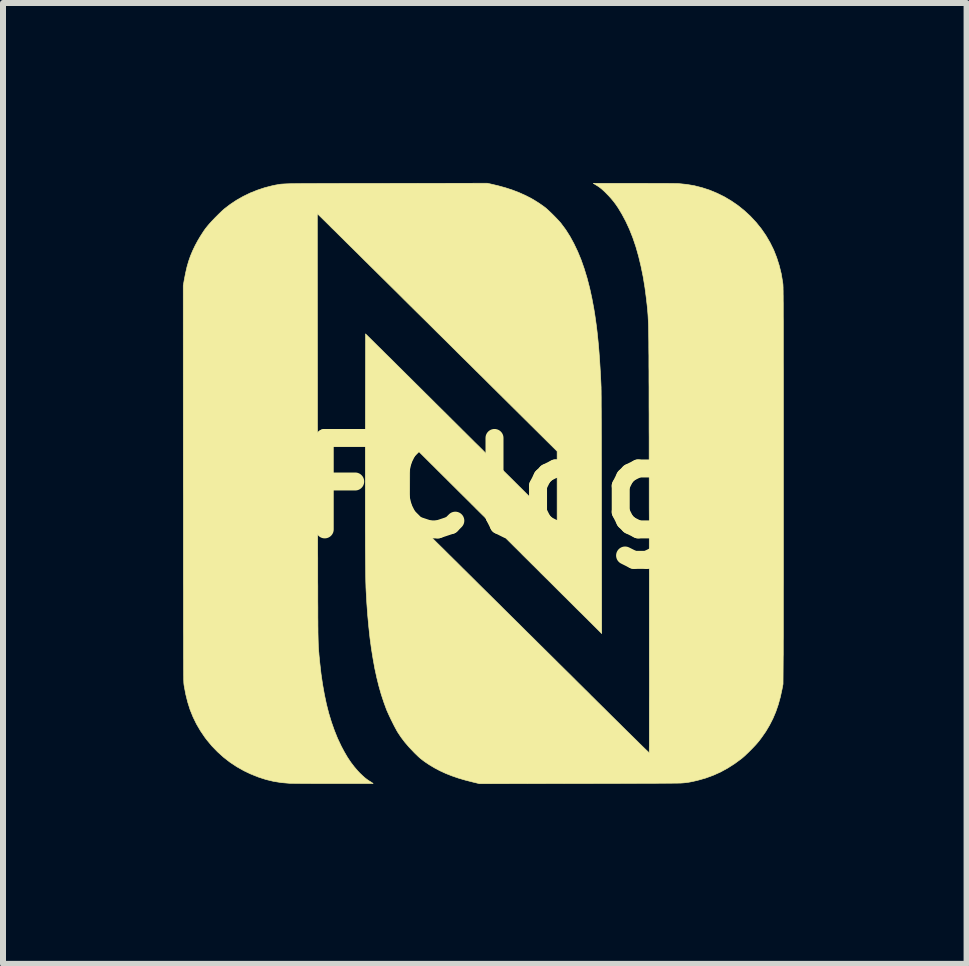
<source format=kicad_pcb>
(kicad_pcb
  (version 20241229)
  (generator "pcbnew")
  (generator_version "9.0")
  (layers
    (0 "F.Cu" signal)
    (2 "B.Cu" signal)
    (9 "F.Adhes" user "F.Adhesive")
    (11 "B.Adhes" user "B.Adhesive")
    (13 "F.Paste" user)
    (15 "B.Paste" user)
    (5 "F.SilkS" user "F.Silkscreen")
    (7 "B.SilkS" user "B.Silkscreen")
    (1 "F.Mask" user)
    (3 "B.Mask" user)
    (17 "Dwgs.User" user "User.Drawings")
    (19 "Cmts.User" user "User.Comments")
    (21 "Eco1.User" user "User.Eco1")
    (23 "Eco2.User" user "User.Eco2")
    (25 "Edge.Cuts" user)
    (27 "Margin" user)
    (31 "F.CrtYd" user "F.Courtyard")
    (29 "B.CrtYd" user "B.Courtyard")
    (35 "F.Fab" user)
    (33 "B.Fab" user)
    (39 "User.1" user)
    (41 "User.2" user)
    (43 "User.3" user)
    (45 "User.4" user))
  (footprint "NFClogo"
    (layer "F.Cu")
    (at 5.085 5.086)
    (property "Reference" "NFClogo" (at 0 0 0) (layer "F.SilkS") (effects (font (size 1.524 1.524) (thickness 0.3))))
    (attr through_hole)
    (fp_poly (pts (xy 0.039 -5.07) (xy 0.171 -5.039) (xy 0.294 -5.005) (xy 0.41 -4.967) (xy 0.519 -4.925) (xy 0.624 -4.878) (xy 0.714 -4.832) (xy 0.753 -4.81) (xy 0.797 -4.783) (xy 0.843 -4.754) (xy 0.887 -4.724) (xy 0.928 -4.695) (xy 0.96 -4.671) (xy 0.982 -4.652) (xy 1.009 -4.627) (xy 1.04 -4.598) (xy 1.073 -4.566) (xy 1.106 -4.533) (xy 1.139 -4.499) (xy 1.169 -4.467) (xy 1.195 -4.439) (xy 1.216 -4.415) (xy 1.22 -4.409) (xy 1.296 -4.307) (xy 1.367 -4.195) (xy 1.433 -4.074) (xy 1.495 -3.944) (xy 1.552 -3.806) (xy 1.604 -3.658) (xy 1.652 -3.501) (xy 1.695 -3.335) (xy 1.733 -3.161) (xy 1.765 -2.99) (xy 1.781 -2.891) (xy 1.795 -2.793) (xy 1.809 -2.693) (xy 1.821 -2.59) (xy 1.832 -2.484) (xy 1.843 -2.374) (xy 1.852 -2.259) (xy 1.861 -2.137) (xy 1.869 -2.008) (xy 1.877 -1.872) (xy 1.884 -1.726) (xy 1.885 -1.699) (xy 1.886 -1.682) (xy 1.886 -1.655) (xy 1.887 -1.618) (xy 1.887 -1.571) (xy 1.888 -1.514) (xy 1.888 -1.447) (xy 1.888 -1.37) (xy 1.889 -1.284) (xy 1.889 -1.188) (xy 1.89 -1.083) (xy 1.89 -0.969) (xy 1.891 -0.845) (xy 1.891 -0.711) (xy 1.891 -0.569) (xy 1.892 -0.418) (xy 1.892 -0.257) (xy 1.892 -0.088) (xy 1.893 0.091) (xy 1.893 0.278) (xy 1.893 0.424) (xy 1.896 2.426) (xy 1.615 2.146) (xy 1.575 2.106) (xy 1.528 2.06) (xy 1.476 2.009) (xy 1.419 1.952) (xy 1.359 1.892) (xy 1.295 1.828) (xy 1.228 1.762) (xy 1.16 1.694) (xy 1.091 1.625) (xy 1.022 1.556) (xy 0.953 1.488) (xy 0.886 1.422) (xy 0.841 1.376) (xy 0.788 1.323) (xy 0.728 1.264) (xy 0.662 1.198) (xy 0.591 1.128) (xy 0.516 1.052) (xy 0.436 0.973) (xy 0.353 0.89) (xy 0.267 0.805) (xy 0.179 0.717) (xy 0.089 0.628) (xy -0.001 0.538) (xy -0.092 0.448) (xy -0.183 0.358) (xy -0.272 0.269) (xy -0.36 0.181) (xy -0.446 0.096) (xy -0.478 0.064) (xy -1.303 -0.757) (xy -1.306 0.46) (xy -1.111 0.653) (xy -1.092 0.672) (xy -1.066 0.698) (xy -1.034 0.73) (xy -0.995 0.769) (xy -0.951 0.813) (xy -0.9 0.863) (xy -0.845 0.918) (xy -0.784 0.978) (xy -0.719 1.042) (xy -0.65 1.111) (xy -0.577 1.183) (xy -0.5 1.259) (xy -0.42 1.339) (xy -0.337 1.421) (xy -0.251 1.506) (xy -0.163 1.594) (xy -0.073 1.683) (xy 0.019 1.774) (xy 0.112 1.866) (xy 0.206 1.959) (xy 0.274 2.027) (xy 0.37 2.122) (xy 0.465 2.216) (xy 0.56 2.31) (xy 0.653 2.403) (xy 0.746 2.494) (xy 0.836 2.584) (xy 0.925 2.672) (xy 1.011 2.757) (xy 1.094 2.839) (xy 1.174 2.919) (xy 1.251 2.995) (xy 1.324 3.067) (xy 1.393 3.135) (xy 1.457 3.199) (xy 1.516 3.258) (xy 1.57 3.311) (xy 1.618 3.359) (xy 1.661 3.401) (xy 1.697 3.437) (xy 1.726 3.467) (xy 1.74 3.48) (xy 1.821 3.561) (xy 1.901 3.64) (xy 1.978 3.716) (xy 2.053 3.791) (xy 2.126 3.863) (xy 2.195 3.931) (xy 2.261 3.997) (xy 2.324 4.059) (xy 2.383 4.117) (xy 2.437 4.17) (xy 2.487 4.219) (xy 2.532 4.264) (xy 2.572 4.303) (xy 2.607 4.337) (xy 2.636 4.365) (xy 2.659 4.387) (xy 2.676 4.403) (xy 2.685 4.412) (xy 2.688 4.415) (xy 2.689 4.409) (xy 2.689 4.395) (xy 2.689 4.37) (xy 2.689 4.337) (xy 2.69 4.294) (xy 2.69 4.243) (xy 2.69 4.184) (xy 2.69 4.117) (xy 2.69 4.042) (xy 2.69 3.96) (xy 2.69 3.871) (xy 2.69 3.776) (xy 2.69 3.674) (xy 2.69 3.566) (xy 2.691 3.453) (xy 2.691 3.334) (xy 2.691 3.21) (xy 2.691 3.082) (xy 2.69 2.949) (xy 2.69 2.812) (xy 2.69 2.671) (xy 2.69 2.527) (xy 2.69 2.38) (xy 2.69 2.23) (xy 2.69 2.078) (xy 2.69 1.923) (xy 2.69 1.767) (xy 2.69 1.61) (xy 2.69 1.451) (xy 2.689 1.291) (xy 2.689 1.131) (xy 2.689 0.971) (xy 2.689 0.811) (xy 2.689 0.651) (xy 2.689 0.492) (xy 2.688 0.334) (xy 2.688 0.178) (xy 2.688 0.023) (xy 2.688 -0.13) (xy 2.688 -0.28) (xy 2.687 -0.427) (xy 2.687 -0.572) (xy 2.687 -0.713) (xy 2.687 -0.85) (xy 2.686 -0.983) (xy 2.686 -1.112) (xy 2.686 -1.237) (xy 2.685 -1.356) (xy 2.685 -1.47) (xy 2.685 -1.579) (xy 2.685 -1.681) (xy 2.684 -1.778) (xy 2.684 -1.868) (xy 2.684 -1.95) (xy 2.683 -2.026) (xy 2.683 -2.094) (xy 2.683 -2.154) (xy 2.683 -2.206) (xy 2.682 -2.25) (xy 2.682 -2.258) (xy 2.681 -2.348) (xy 2.681 -2.429) (xy 2.68 -2.501) (xy 2.679 -2.566) (xy 2.678 -2.625) (xy 2.677 -2.677) (xy 2.676 -2.725) (xy 2.674 -2.769) (xy 2.672 -2.81) (xy 2.67 -2.848) (xy 2.668 -2.886) (xy 2.665 -2.923) (xy 2.662 -2.96) (xy 2.658 -2.999) (xy 2.654 -3.041) (xy 2.649 -3.085) (xy 2.643 -3.134) (xy 2.642 -3.148) (xy 2.617 -3.34) (xy 2.587 -3.523) (xy 2.551 -3.699) (xy 2.511 -3.865) (xy 2.466 -4.023) (xy 2.415 -4.173) (xy 2.359 -4.314) (xy 2.298 -4.446) (xy 2.232 -4.569) (xy 2.172 -4.669) (xy 2.133 -4.726) (xy 2.095 -4.777) (xy 2.055 -4.825) (xy 2.011 -4.874) (xy 1.989 -4.896) (xy 1.954 -4.932) (xy 1.923 -4.961) (xy 1.895 -4.986) (xy 1.868 -5.008) (xy 1.841 -5.027) (xy 1.811 -5.046) (xy 1.806 -5.049) (xy 1.756 -5.08) (xy 2.428 -5.08) (xy 2.512 -5.08) (xy 2.594 -5.08) (xy 2.673 -5.079) (xy 2.749 -5.079) (xy 2.821 -5.079) (xy 2.889 -5.079) (xy 2.951 -5.078) (xy 3.008 -5.078) (xy 3.058 -5.077) (xy 3.1 -5.077) (xy 3.135 -5.076) (xy 3.161 -5.076) (xy 3.178 -5.075) (xy 3.18 -5.075) (xy 3.311 -5.062) (xy 3.441 -5.04) (xy 3.57 -5.007) (xy 3.696 -4.966) (xy 3.819 -4.915) (xy 3.939 -4.856) (xy 4.054 -4.788) (xy 4.165 -4.712) (xy 4.27 -4.628) (xy 4.37 -4.536) (xy 4.377 -4.529) (xy 4.472 -4.427) (xy 4.558 -4.32) (xy 4.635 -4.208) (xy 4.703 -4.091) (xy 4.763 -3.97) (xy 4.813 -3.843) (xy 4.855 -3.711) (xy 4.889 -3.574) (xy 4.913 -3.431) (xy 4.916 -3.411) (xy 4.916 -3.406) (xy 4.917 -3.4) (xy 4.918 -3.393) (xy 4.918 -3.384) (xy 4.919 -3.374) (xy 4.919 -3.362) (xy 4.92 -3.347) (xy 4.92 -3.331) (xy 4.92 -3.311) (xy 4.921 -3.289) (xy 4.921 -3.264) (xy 4.921 -3.235) (xy 4.922 -3.202) (xy 4.922 -3.166) (xy 4.922 -3.126) (xy 4.923 -3.081) (xy 4.923 -3.031) (xy 4.923 -2.977) (xy 4.923 -2.917) (xy 4.923 -2.852) (xy 4.924 -2.781) (xy 4.924 -2.705) (xy 4.924 -2.622) (xy 4.924 -2.533) (xy 4.924 -2.437) (xy 4.924 -2.334) (xy 4.924 -2.224) (xy 4.924 -2.107) (xy 4.925 -1.982) (xy 4.925 -1.849) (xy 4.925 -1.707) (xy 4.925 -1.558) (xy 4.925 -1.399) (xy 4.925 -1.232) (xy 4.925 -1.056) (xy 4.925 -0.87) (xy 4.925 -0.675) (xy 4.925 -0.493) (xy 4.925 -0.319) (xy 4.925 -0.146) (xy 4.925 0.025) (xy 4.925 0.194) (xy 4.925 0.362) (xy 4.925 0.527) (xy 4.925 0.689) (xy 4.925 0.849) (xy 4.925 1.004) (xy 4.925 1.156) (xy 4.925 1.304) (xy 4.925 1.447) (xy 4.925 1.585) (xy 4.924 1.719) (xy 4.924 1.846) (xy 4.924 1.968) (xy 4.924 2.083) (xy 4.924 2.192) (xy 4.924 2.293) (xy 4.924 2.388) (xy 4.924 2.474) (xy 4.923 2.553) (xy 4.923 2.623) (xy 4.923 2.685) (xy 4.923 2.737) (xy 4.923 2.78) (xy 4.922 2.813) (xy 4.922 2.814) (xy 4.919 3.269) (xy 4.903 3.353) (xy 4.874 3.486) (xy 4.839 3.612) (xy 4.798 3.731) (xy 4.75 3.844) (xy 4.694 3.954) (xy 4.631 4.06) (xy 4.559 4.163) (xy 4.516 4.22) (xy 4.49 4.251) (xy 4.458 4.287) (xy 4.422 4.325) (xy 4.383 4.365) (xy 4.343 4.405) (xy 4.304 4.442) (xy 4.268 4.476) (xy 4.235 4.504) (xy 4.224 4.513) (xy 4.111 4.596) (xy 3.995 4.67) (xy 3.876 4.735) (xy 3.753 4.79) (xy 3.627 4.836) (xy 3.496 4.873) (xy 3.47 4.879) (xy 3.418 4.891) (xy 3.374 4.9) (xy 3.334 4.907) (xy 3.295 4.912) (xy 3.255 4.916) (xy 3.224 4.918) (xy 3.211 4.919) (xy 3.188 4.919) (xy 3.155 4.92) (xy 3.112 4.92) (xy 3.06 4.921) (xy 2.998 4.921) (xy 2.928 4.922) (xy 2.847 4.922) (xy 2.758 4.923) (xy 2.661 4.923) (xy 2.554 4.923) (xy 2.439 4.924) (xy 2.315 4.924) (xy 2.184 4.925) (xy 2.044 4.925) (xy 1.896 4.925) (xy 1.74 4.926) (xy 1.577 4.926) (xy 1.503 4.926) (xy -0.14 4.929) (xy -0.252 4.902) (xy -0.377 4.87) (xy -0.493 4.836) (xy -0.601 4.799) (xy -0.702 4.759) (xy -0.798 4.715) (xy -0.889 4.667) (xy -0.976 4.615) (xy -1.024 4.583) (xy -1.058 4.56) (xy -1.087 4.538) (xy -1.114 4.517) (xy -1.14 4.496) (xy -1.166 4.472) (xy -1.196 4.443) (xy -1.23 4.41) (xy -1.237 4.402) (xy -1.316 4.319) (xy -1.387 4.236) (xy -1.449 4.154) (xy -1.503 4.073) (xy -1.519 4.046) (xy -1.534 4.018) (xy -1.553 3.983) (xy -1.574 3.943) (xy -1.595 3.9) (xy -1.617 3.856) (xy -1.638 3.812) (xy -1.657 3.771) (xy -1.673 3.735) (xy -1.687 3.704) (xy -1.691 3.694) (xy -1.736 3.571) (xy -1.779 3.441) (xy -1.818 3.304) (xy -1.854 3.159) (xy -1.887 3.007) (xy -1.916 2.846) (xy -1.943 2.678) (xy -1.967 2.501) (xy -1.987 2.315) (xy -2.005 2.121) (xy -2.02 1.917) (xy -2.032 1.704) (xy -2.032 1.699) (xy -2.034 1.661) (xy -2.035 1.615) (xy -2.037 1.561) (xy -2.038 1.499) (xy -2.039 1.429) (xy -2.04 1.35) (xy -2.041 1.263) (xy -2.042 1.168) (xy -2.043 1.064) (xy -2.044 0.952) (xy -2.044 0.83) (xy -2.045 0.7) (xy -2.045 0.561) (xy -2.045 0.412) (xy -2.045 0.254) (xy -2.045 0.087) (xy -2.045 -0.09) (xy -2.045 -0.277) (xy -2.045 -0.473) (xy -2.045 -0.679) (xy -2.044 -0.895) (xy -2.044 -0.954) (xy -2.041 -2.57) (xy -1.817 -2.348) (xy -1.798 -2.33) (xy -1.773 -2.305) (xy -1.742 -2.274) (xy -1.704 -2.236) (xy -1.66 -2.193) (xy -1.61 -2.144) (xy -1.555 -2.089) (xy -1.496 -2.03) (xy -1.431 -1.966) (xy -1.363 -1.898) (xy -1.29 -1.826) (xy -1.214 -1.75) (xy -1.134 -1.671) (xy -1.051 -1.588) (xy -0.966 -1.504) (xy -0.878 -1.416) (xy -0.788 -1.327) (xy -0.696 -1.236) (xy -0.603 -1.143) (xy -0.509 -1.05) (xy -0.414 -0.955) (xy -0.318 -0.86) (xy -0.223 -0.765) (xy -0.127 -0.671) (xy -0.032 -0.576) (xy 0.062 -0.483) (xy 0.155 -0.39) (xy 0.246 -0.299) (xy 0.336 -0.21) (xy 0.424 -0.123) (xy 0.509 -0.038) (xy 0.592 0.044) (xy 0.671 0.123) (xy 0.747 0.198) (xy 0.82 0.27) (xy 0.888 0.338) (xy 0.952 0.402) (xy 0.966 0.416) (xy 1.153 0.602) (xy 1.153 -0.006) (xy 1.153 -0.613) (xy 0.022 -1.735) (xy -0.084 -1.841) (xy -0.192 -1.947) (xy -0.3 -2.055) (xy -0.41 -2.163) (xy -0.52 -2.272) (xy -0.63 -2.382) (xy -0.74 -2.491) (xy -0.851 -2.6) (xy -0.96 -2.709) (xy -1.069 -2.817) (xy -1.177 -2.923) (xy -1.284 -3.029) (xy -1.389 -3.133) (xy -1.492 -3.236) (xy -1.593 -3.336) (xy -1.692 -3.434) (xy -1.788 -3.529) (xy -1.882 -3.622) (xy -1.972 -3.711) (xy -2.059 -3.797) (xy -2.142 -3.88) (xy -2.222 -3.959) (xy -2.297 -4.033) (xy -2.368 -4.103) (xy -2.434 -4.169) (xy -2.495 -4.229) (xy -2.551 -4.285) (xy -2.602 -4.334) (xy -2.646 -4.379) (xy -2.685 -4.417) (xy -2.717 -4.449) (xy -2.743 -4.474) (xy -2.762 -4.493) (xy -2.77 -4.501) (xy -2.845 -4.574) (xy -2.842 -1.783) (xy -2.842 -1.608) (xy -2.842 -1.433) (xy -2.842 -1.258) (xy -2.842 -1.084) (xy -2.841 -0.911) (xy -2.841 -0.739) (xy -2.841 -0.569) (xy -2.841 -0.402) (xy -2.841 -0.237) (xy -2.84 -0.075) (xy -2.84 0.084) (xy -2.84 0.238) (xy -2.84 0.389) (xy -2.84 0.534) (xy -2.839 0.675) (xy -2.839 0.81) (xy -2.839 0.939) (xy -2.839 1.061) (xy -2.838 1.177) (xy -2.838 1.286) (xy -2.838 1.387) (xy -2.838 1.481) (xy -2.838 1.566) (xy -2.837 1.642) (xy -2.837 1.709) (xy -2.837 1.766) (xy -2.837 1.785) (xy -2.837 1.892) (xy -2.836 1.988) (xy -2.836 2.076) (xy -2.836 2.156) (xy -2.835 2.227) (xy -2.835 2.292) (xy -2.834 2.351) (xy -2.834 2.403) (xy -2.833 2.451) (xy -2.832 2.494) (xy -2.831 2.533) (xy -2.83 2.569) (xy -2.829 2.602) (xy -2.828 2.633) (xy -2.826 2.662) (xy -2.824 2.691) (xy -2.822 2.72) (xy -2.819 2.749) (xy -2.817 2.779) (xy -2.814 2.811) (xy -2.81 2.845) (xy -2.807 2.883) (xy -2.804 2.911) (xy -2.783 3.097) (xy -2.757 3.274) (xy -2.727 3.442) (xy -2.693 3.603) (xy -2.654 3.756) (xy -2.61 3.901) (xy -2.561 4.04) (xy -2.508 4.172) (xy -2.449 4.297) (xy -2.448 4.3) (xy -2.395 4.399) (xy -2.342 4.49) (xy -2.287 4.572) (xy -2.23 4.647) (xy -2.17 4.717) (xy -2.134 4.755) (xy -2.092 4.795) (xy -2.054 4.829) (xy -2.017 4.858) (xy -1.977 4.885) (xy -1.954 4.899) (xy -1.937 4.91) (xy -1.924 4.919) (xy -1.916 4.924) (xy -1.915 4.925) (xy -1.92 4.926) (xy -1.935 4.926) (xy -1.958 4.926) (xy -1.989 4.927) (xy -2.027 4.927) (xy -2.073 4.927) (xy -2.124 4.927) (xy -2.18 4.927) (xy -2.241 4.927) (xy -2.306 4.927) (xy -2.373 4.927) (xy -2.443 4.927) (xy -2.515 4.927) (xy -2.588 4.927) (xy -2.661 4.927) (xy -2.734 4.926) (xy -2.805 4.926) (xy -2.875 4.926) (xy -2.942 4.926) (xy -3.006 4.925) (xy -3.066 4.925) (xy -3.122 4.925) (xy -3.171 4.924) (xy -3.215 4.924) (xy -3.252 4.923) (xy -3.282 4.923) (xy -3.303 4.923) (xy -3.315 4.922) (xy -3.445 4.911) (xy -3.575 4.89) (xy -3.703 4.859) (xy -3.83 4.818) (xy -3.957 4.767) (xy -4.068 4.714) (xy -4.187 4.647) (xy -4.3 4.572) (xy -4.407 4.489) (xy -4.508 4.398) (xy -4.603 4.3) (xy -4.69 4.195) (xy -4.72 4.155) (xy -4.794 4.046) (xy -4.86 3.933) (xy -4.917 3.816) (xy -4.966 3.695) (xy -5.006 3.568) (xy -5.039 3.436) (xy -5.065 3.297) (xy -5.068 3.274) (xy -5.069 3.27) (xy -5.069 3.264) (xy -5.07 3.258) (xy -5.07 3.251) (xy -5.071 3.242) (xy -5.071 3.231) (xy -5.072 3.218) (xy -5.072 3.203) (xy -5.073 3.186) (xy -5.073 3.166) (xy -5.073 3.143) (xy -5.074 3.117) (xy -5.074 3.088) (xy -5.074 3.055) (xy -5.075 3.019) (xy -5.075 2.978) (xy -5.075 2.933) (xy -5.075 2.883) (xy -5.076 2.829) (xy -5.076 2.77) (xy -5.076 2.705) (xy -5.076 2.635) (xy -5.076 2.56) (xy -5.076 2.478) (xy -5.077 2.391) (xy -5.077 2.297) (xy -5.077 2.196) (xy -5.077 2.088) (xy -5.077 1.974) (xy -5.077 1.852) (xy -5.077 1.723) (xy -5.078 1.585) (xy -5.078 1.44) (xy -5.078 1.287) (xy -5.078 1.125) (xy -5.078 0.954) (xy -5.078 0.774) (xy -5.078 0.585) (xy -5.078 0.387) (xy -5.078 0.179) (xy -5.079 -0.039) (xy -5.079 -0.081) (xy -5.08 -3.375) (xy -5.062 -3.477) (xy -5.041 -3.585) (xy -5.018 -3.685) (xy -4.991 -3.779) (xy -4.96 -3.868) (xy -4.924 -3.954) (xy -4.883 -4.04) (xy -4.836 -4.127) (xy -4.8 -4.188) (xy -4.768 -4.238) (xy -4.739 -4.283) (xy -4.71 -4.324) (xy -4.679 -4.363) (xy -4.646 -4.402) (xy -4.609 -4.443) (xy -4.565 -4.489) (xy -4.552 -4.503) (xy -4.522 -4.533) (xy -4.492 -4.563) (xy -4.463 -4.591) (xy -4.437 -4.616) (xy -4.415 -4.636) (xy -4.398 -4.651) (xy -4.396 -4.653) (xy -4.298 -4.728) (xy -4.193 -4.798) (xy -4.082 -4.861) (xy -3.965 -4.918) (xy -3.845 -4.966) (xy -3.722 -5.007) (xy -3.598 -5.039) (xy -3.536 -5.052) (xy -3.523 -5.054) (xy -3.512 -5.056) (xy -3.502 -5.058) (xy -3.492 -5.06) (xy -3.482 -5.061) (xy -3.471 -5.063) (xy -3.46 -5.065) (xy -3.448 -5.066) (xy -3.435 -5.067) (xy -3.419 -5.068) (xy -3.402 -5.069) (xy -3.383 -5.07) (xy -3.361 -5.071) (xy -3.335 -5.072) (xy -3.307 -5.073) (xy -3.274 -5.074) (xy -3.238 -5.074) (xy -3.197 -5.075) (xy -3.151 -5.075) (xy -3.101 -5.076) (xy -3.045 -5.076) (xy -2.983 -5.076) (xy -2.915 -5.076) (xy -2.84 -5.077) (xy -2.759 -5.077) (xy -2.67 -5.077) (xy -2.574 -5.077) (xy -2.47 -5.078) (xy -2.358 -5.078) (xy -2.238 -5.078) (xy -2.108 -5.078) (xy -1.97 -5.078) (xy -1.822 -5.078) (xy -1.694 -5.079) (xy -0.012 -5.081) (xy 0.039 -5.07)) (stroke (width 0.01) (type solid)) (fill yes) (layer "F.SilkS")))
  (gr_rect
    (start -3 -3)
    (end 13.064 13.019)
    (stroke (width 0.1) (type default))
    (fill no)
    (layer "Edge.Cuts")))
</source>
